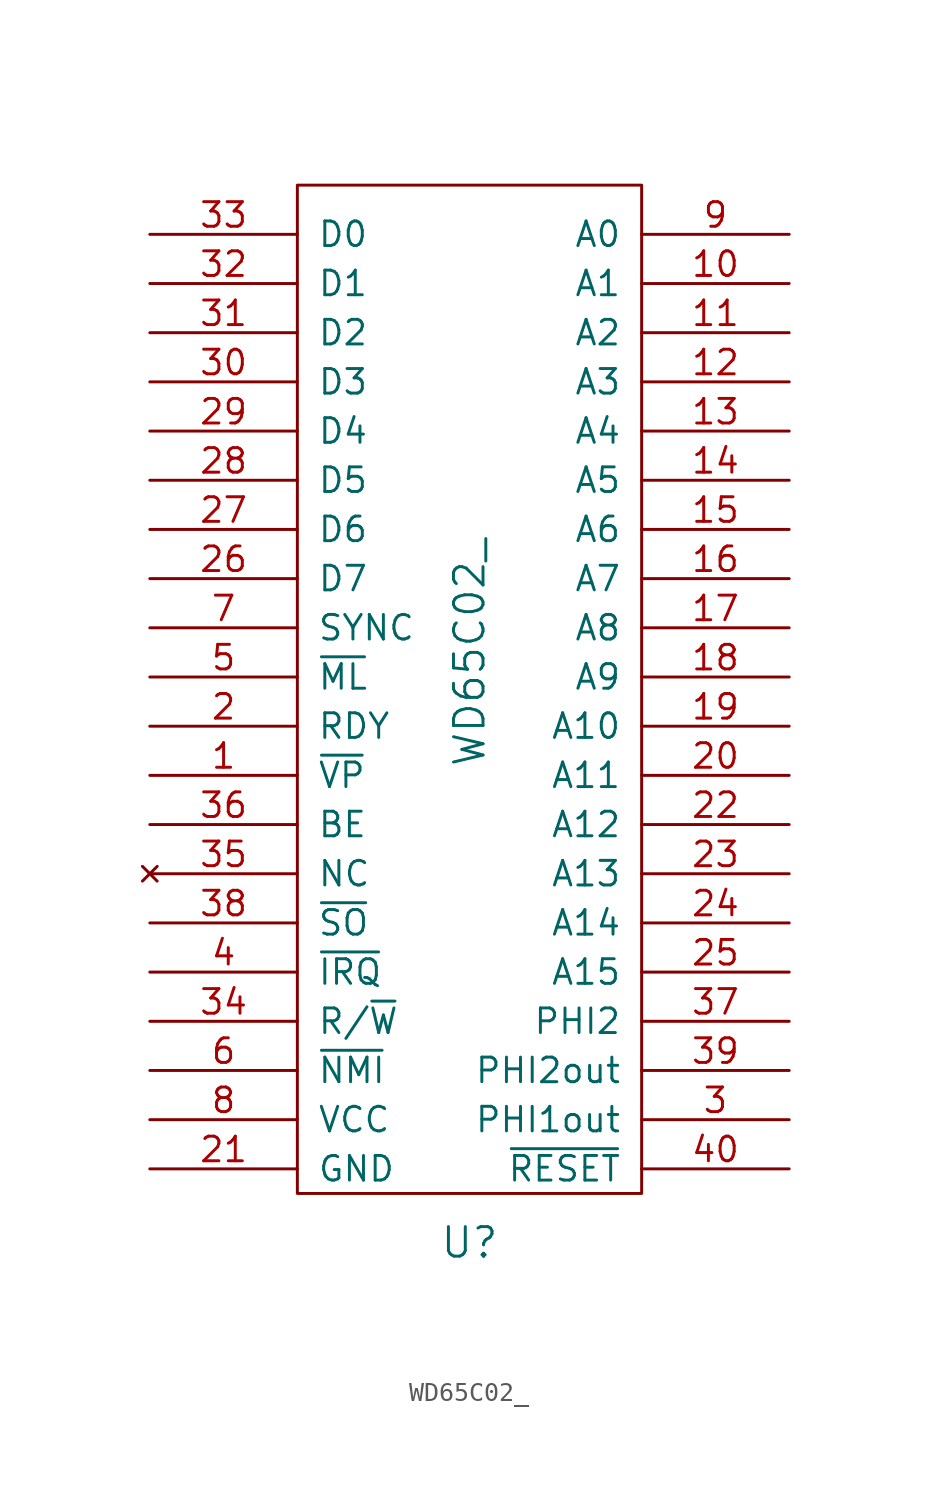
<source format=kicad_sym>
(kicad_symbol_lib
  (version 20211014)
  (generator kicad_symbol_editor)
  (symbol "WD65C02_"
    (pin_names
      (offset 1.016))
    (property "Reference" "U"
      (at 0 -29.21 0)
      (effects (font (size 1.524 1.524))))
    (property "Value" "WD65C02_"
      (at 0 1.27 90)
      (effects (font (size 1.524 1.524))))
    (property "Footprint" ""
      (at -13.97 5.08 0)
      (effects (font (size 1.524 1.524))))
    (property "Datasheet" ""
      (at -13.97 5.08 0)
      (effects (font (size 1.524 1.524))))
    (symbol "WD65C02__0_1"
      (rectangle (start -8.89 25.4) (end 8.89 -26.67) (stroke (width 0) (type default) (color 0 0 0 0)) (fill (type none))))
    (symbol "WD65C02__1_1"
      (pin output line (at -16.51 -5.08 0) (length 7.62) (name "~{VP}" (effects (font (size 1.27 1.27)))) (number "1" (effects (font (size 1.27 1.27)))))
      (pin output line (at 16.51 20.32 180) (length 7.62) (name "A1" (effects (font (size 1.27 1.27)))) (number "10" (effects (font (size 1.27 1.27)))))
      (pin output line (at 16.51 17.78 180) (length 7.62) (name "A2" (effects (font (size 1.27 1.27)))) (number "11" (effects (font (size 1.27 1.27)))))
      (pin output line (at 16.51 15.24 180) (length 7.62) (name "A3" (effects (font (size 1.27 1.27)))) (number "12" (effects (font (size 1.27 1.27)))))
      (pin output line (at 16.51 12.7 180) (length 7.62) (name "A4" (effects (font (size 1.27 1.27)))) (number "13" (effects (font (size 1.27 1.27)))))
      (pin output line (at 16.51 10.16 180) (length 7.62) (name "A5" (effects (font (size 1.27 1.27)))) (number "14" (effects (font (size 1.27 1.27)))))
      (pin output line (at 16.51 7.62 180) (length 7.62) (name "A6" (effects (font (size 1.27 1.27)))) (number "15" (effects (font (size 1.27 1.27)))))
      (pin output line (at 16.51 5.08 180) (length 7.62) (name "A7" (effects (font (size 1.27 1.27)))) (number "16" (effects (font (size 1.27 1.27)))))
      (pin output line (at 16.51 2.54 180) (length 7.62) (name "A8" (effects (font (size 1.27 1.27)))) (number "17" (effects (font (size 1.27 1.27)))))
      (pin output line (at 16.51 0 180) (length 7.62) (name "A9" (effects (font (size 1.27 1.27)))) (number "18" (effects (font (size 1.27 1.27)))))
      (pin output line (at 16.51 -2.54 180) (length 7.62) (name "A10" (effects (font (size 1.27 1.27)))) (number "19" (effects (font (size 1.27 1.27)))))
      (pin bidirectional line (at -16.51 -2.54 0) (length 7.62) (name "RDY" (effects (font (size 1.27 1.27)))) (number "2" (effects (font (size 1.27 1.27)))))
      (pin output line (at 16.51 -5.08 180) (length 7.62) (name "A11" (effects (font (size 1.27 1.27)))) (number "20" (effects (font (size 1.27 1.27)))))
      (pin power_in line (at -16.51 -25.4 0) (length 7.62) (name "GND" (effects (font (size 1.27 1.27)))) (number "21" (effects (font (size 1.27 1.27)))))
      (pin output line (at 16.51 -7.62 180) (length 7.62) (name "A12" (effects (font (size 1.27 1.27)))) (number "22" (effects (font (size 1.27 1.27)))))
      (pin output line (at 16.51 -10.16 180) (length 7.62) (name "A13" (effects (font (size 1.27 1.27)))) (number "23" (effects (font (size 1.27 1.27)))))
      (pin output line (at 16.51 -12.7 180) (length 7.62) (name "A14" (effects (font (size 1.27 1.27)))) (number "24" (effects (font (size 1.27 1.27)))))
      (pin output line (at 16.51 -15.24 180) (length 7.62) (name "A15" (effects (font (size 1.27 1.27)))) (number "25" (effects (font (size 1.27 1.27)))))
      (pin tri_state line (at -16.51 5.08 0) (length 7.62) (name "D7" (effects (font (size 1.27 1.27)))) (number "26" (effects (font (size 1.27 1.27)))))
      (pin tri_state line (at -16.51 7.62 0) (length 7.62) (name "D6" (effects (font (size 1.27 1.27)))) (number "27" (effects (font (size 1.27 1.27)))))
      (pin tri_state line (at -16.51 10.16 0) (length 7.62) (name "D5" (effects (font (size 1.27 1.27)))) (number "28" (effects (font (size 1.27 1.27)))))
      (pin tri_state line (at -16.51 12.7 0) (length 7.62) (name "D4" (effects (font (size 1.27 1.27)))) (number "29" (effects (font (size 1.27 1.27)))))
      (pin output line (at 16.51 -22.86 180) (length 7.62) (name "PHI1out" (effects (font (size 1.27 1.27)))) (number "3" (effects (font (size 1.27 1.27)))))
      (pin tri_state line (at -16.51 15.24 0) (length 7.62) (name "D3" (effects (font (size 1.27 1.27)))) (number "30" (effects (font (size 1.27 1.27)))))
      (pin tri_state line (at -16.51 17.78 0) (length 7.62) (name "D2" (effects (font (size 1.27 1.27)))) (number "31" (effects (font (size 1.27 1.27)))))
      (pin tri_state line (at -16.51 20.32 0) (length 7.62) (name "D1" (effects (font (size 1.27 1.27)))) (number "32" (effects (font (size 1.27 1.27)))))
      (pin tri_state line (at -16.51 22.86 0) (length 7.62) (name "D0" (effects (font (size 1.27 1.27)))) (number "33" (effects (font (size 1.27 1.27)))))
      (pin output line (at -16.51 -17.78 0) (length 7.62) (name "R/~{W}" (effects (font (size 1.27 1.27)))) (number "34" (effects (font (size 1.27 1.27)))))
      (pin no_connect line (at -16.51 -10.16 0) (length 7.62) (name "NC" (effects (font (size 1.27 1.27)))) (number "35" (effects (font (size 1.27 1.27)))))
      (pin input line (at -16.51 -7.62 0) (length 7.62) (name "BE" (effects (font (size 1.27 1.27)))) (number "36" (effects (font (size 1.27 1.27)))))
      (pin input line (at 16.51 -17.78 180) (length 7.62) (name "PHI2" (effects (font (size 1.27 1.27)))) (number "37" (effects (font (size 1.27 1.27)))))
      (pin output line (at -16.51 -12.7 0) (length 7.62) (name "~{SO}" (effects (font (size 1.27 1.27)))) (number "38" (effects (font (size 1.27 1.27)))))
      (pin output line (at 16.51 -20.32 180) (length 7.62) (name "PHI2out" (effects (font (size 1.27 1.27)))) (number "39" (effects (font (size 1.27 1.27)))))
      (pin input line (at -16.51 -15.24 0) (length 7.62) (name "~{IRQ}" (effects (font (size 1.27 1.27)))) (number "4" (effects (font (size 1.27 1.27)))))
      (pin input line (at 16.51 -25.4 180) (length 7.62) (name "~{RESET}" (effects (font (size 1.27 1.27)))) (number "40" (effects (font (size 1.27 1.27)))))
      (pin output line (at -16.51 0 0) (length 7.62) (name "~{ML}" (effects (font (size 1.27 1.27)))) (number "5" (effects (font (size 1.27 1.27)))))
      (pin input line (at -16.51 -20.32 0) (length 7.62) (name "~{NMI}" (effects (font (size 1.27 1.27)))) (number "6" (effects (font (size 1.27 1.27)))))
      (pin output line (at -16.51 2.54 0) (length 7.62) (name "SYNC" (effects (font (size 1.27 1.27)))) (number "7" (effects (font (size 1.27 1.27)))))
      (pin power_in line (at -16.51 -22.86 0) (length 7.62) (name "VCC" (effects (font (size 1.27 1.27)))) (number "8" (effects (font (size 1.27 1.27)))))
      (pin output line (at 16.51 22.86 180) (length 7.62) (name "A0" (effects (font (size 1.27 1.27)))) (number "9" (effects (font (size 1.27 1.27))))))))
</source>
